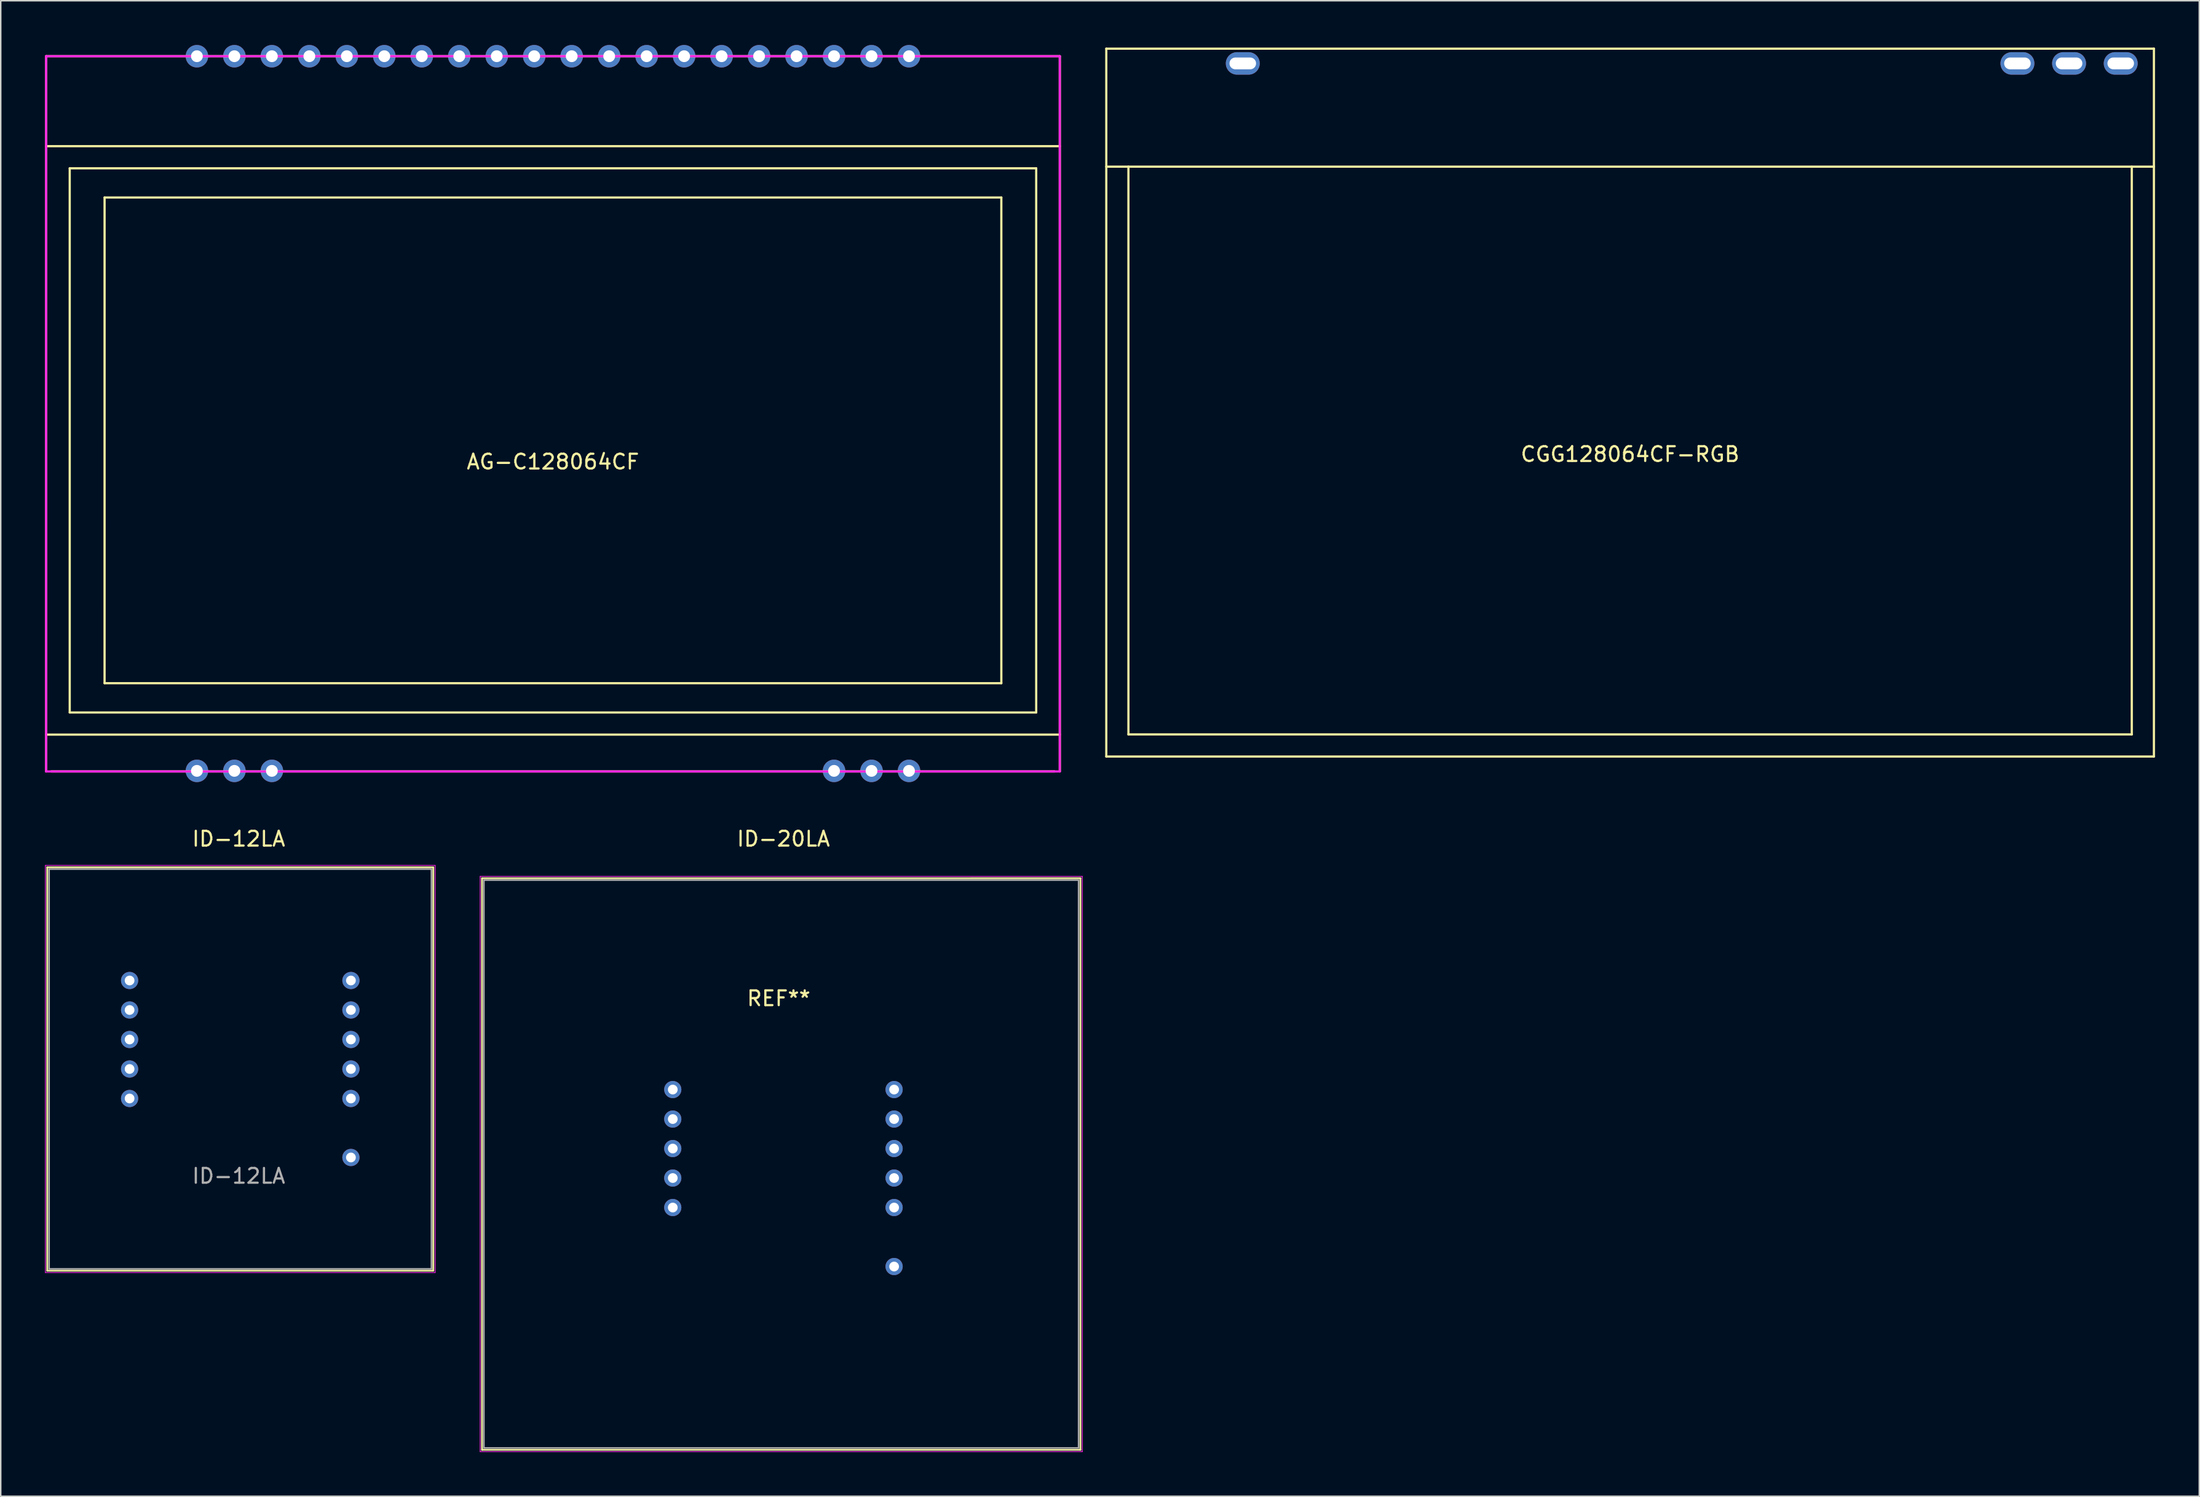
<source format=kicad_pcb>
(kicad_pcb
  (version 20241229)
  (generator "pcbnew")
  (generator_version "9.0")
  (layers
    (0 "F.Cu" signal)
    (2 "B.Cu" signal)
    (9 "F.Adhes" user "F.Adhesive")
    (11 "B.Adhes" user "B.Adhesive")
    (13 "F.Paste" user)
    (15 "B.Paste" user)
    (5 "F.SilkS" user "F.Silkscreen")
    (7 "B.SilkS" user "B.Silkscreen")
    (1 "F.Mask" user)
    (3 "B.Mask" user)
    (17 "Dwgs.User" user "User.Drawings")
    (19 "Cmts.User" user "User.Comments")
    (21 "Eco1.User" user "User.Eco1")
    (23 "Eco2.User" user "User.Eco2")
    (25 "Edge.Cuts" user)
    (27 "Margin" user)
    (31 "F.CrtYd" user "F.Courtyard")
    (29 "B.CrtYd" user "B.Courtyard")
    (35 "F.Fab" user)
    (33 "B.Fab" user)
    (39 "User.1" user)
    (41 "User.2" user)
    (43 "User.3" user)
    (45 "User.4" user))
  (footprint "CGG128064CF-RGB"
    (layer "F.Cu")
    (at 107.425 0.25)
    (property "Reference" "CGG128064CF-RGB" (at 0 27.5 0) (layer "F.SilkS") (effects (font (size 1 1) (thickness 0.15))))
    (attr through_hole)
    (fp_line (start -35.5 0) (end -35.5 48) (stroke (width 0.15) (type solid)) (layer "F.SilkS"))
    (fp_line (start -35.5 48) (end 35.5 48) (stroke (width 0.15) (type solid)) (layer "F.SilkS"))
    (fp_line (start -34 8) (end -34 46.5) (stroke (width 0.15) (type solid)) (layer "F.SilkS"))
    (fp_line (start 34 8) (end 34 46.5) (stroke (width 0.15) (type solid)) (layer "F.SilkS"))
    (fp_line (start 34 46.5) (end -34 46.5) (stroke (width 0.15) (type solid)) (layer "F.SilkS"))
    (fp_line (start 35.5 0) (end -35.5 0) (stroke (width 0.15) (type solid)) (layer "F.SilkS"))
    (fp_line (start 35.5 8) (end -35.5 8) (stroke (width 0.15) (type solid)) (layer "F.SilkS"))
    (fp_line (start 35.5 48) (end 35.5 0) (stroke (width 0.15) (type solid)) (layer "F.SilkS"))
    (pad "1" thru_hole oval (at -26.25 1) (size 2.3 1.524) (drill oval 1.8 0.8) (layers "*.Cu" "*.Mask"))
    (pad "2" thru_hole oval (at 26.25 1) (size 2.3 1.524) (drill oval 1.8 0.8) (layers "*.Cu" "*.Mask"))
    (pad "3" thru_hole oval (at 29.75 1) (size 2.3 1.524) (drill oval 1.8 0.8) (layers "*.Cu" "*.Mask"))
    (pad "4" thru_hole oval (at 33.25 1) (size 2.3 1.524) (drill oval 1.8 0.8) (layers "*.Cu" "*.Mask")))
  (footprint "AG-C128064CF"
    (layer "F.Cu")
    (at 34.425 0.762)
    (property "Reference" "AG-C128064CF" (at 0 27.5 0) (layer "F.SilkS") (effects (font (size 1 1) (thickness 0.15))))
    (attr through_hole)
    (fp_line (start -34.35 0) (end -34.35 48.5) (stroke (width 0.15) (type solid)) (layer "F.SilkS"))
    (fp_line (start -34 48.5) (end 34 48.5) (stroke (width 0.15) (type solid)) (layer "F.SilkS"))
    (fp_line (start -32.75 7.6) (end -32.75 44.5) (stroke (width 0.15) (type solid)) (layer "F.SilkS"))
    (fp_line (start -30.388 42.515) (end -30.387 9.58) (stroke (width 0.15) (type solid)) (layer "F.SilkS"))
    (fp_line (start -30.387 9.58) (end 30.387 9.58) (stroke (width 0.15) (type solid)) (layer "F.SilkS"))
    (fp_line (start 30.387 9.58) (end 30.387 42.515) (stroke (width 0.15) (type solid)) (layer "F.SilkS"))
    (fp_line (start 30.387 42.515) (end -30.387 42.515) (stroke (width 0.15) (type solid)) (layer "F.SilkS"))
    (fp_line (start 32.75 7.6) (end -32.75 7.6) (stroke (width 0.15) (type solid)) (layer "F.SilkS"))
    (fp_line (start 32.75 7.6) (end 32.75 44.5) (stroke (width 0.15) (type solid)) (layer "F.SilkS"))
    (fp_line (start 32.75 44.5) (end -32.75 44.5) (stroke (width 0.15) (type solid)) (layer "F.SilkS"))
    (fp_line (start 34.35 0) (end -34.35 0) (stroke (width 0.15) (type solid)) (layer "F.SilkS"))
    (fp_line (start 34.35 6.1) (end -34.35 6.1) (stroke (width 0.15) (type solid)) (layer "F.SilkS"))
    (fp_line (start 34.35 46) (end -34.35 46) (stroke (width 0.15) (type solid)) (layer "F.SilkS"))
    (fp_line (start 34.35 48.5) (end 34.35 0) (stroke (width 0.15) (type solid)) (layer "F.SilkS"))
    (fp_line (start -34.35 0) (end -34.35 48.5) (stroke (width 0.15) (type solid)) (layer "F.CrtYd"))
    (fp_line (start -34.35 48.5) (end 34.35 48.5) (stroke (width 0.15) (type solid)) (layer "F.CrtYd"))
    (fp_line (start 34.35 0) (end -34.35 0) (stroke (width 0.15) (type solid)) (layer "F.CrtYd"))
    (fp_line (start 34.35 48.5) (end 34.35 0) (stroke (width 0.15) (type solid)) (layer "F.CrtYd"))
    (pad "1" thru_hole circle (at 24.13 0) (size 1.524 1.524) (drill 0.8) (layers "*.Cu" "*.Mask"))
    (pad "2" thru_hole circle (at 21.59 0) (size 1.524 1.524) (drill 0.8) (layers "*.Cu" "*.Mask"))
    (pad "3" thru_hole circle (at 19.05 0) (size 1.524 1.524) (drill 0.8) (layers "*.Cu" "*.Mask"))
    (pad "4" thru_hole circle (at 16.51 0) (size 1.524 1.524) (drill 0.8) (layers "*.Cu" "*.Mask"))
    (pad "5" thru_hole circle (at 13.97 0) (size 1.524 1.524) (drill 0.8) (layers "*.Cu" "*.Mask"))
    (pad "6" thru_hole circle (at 11.43 0) (size 1.524 1.524) (drill 0.8) (layers "*.Cu" "*.Mask"))
    (pad "7" thru_hole circle (at 8.89 0) (size 1.524 1.524) (drill 0.8) (layers "*.Cu" "*.Mask"))
    (pad "8" thru_hole circle (at 6.35 0) (size 1.524 1.524) (drill 0.8) (layers "*.Cu" "*.Mask"))
    (pad "9" thru_hole circle (at 3.81 0) (size 1.524 1.524) (drill 0.8) (layers "*.Cu" "*.Mask"))
    (pad "10" thru_hole circle (at 1.27 0) (size 1.524 1.524) (drill 0.8) (layers "*.Cu" "*.Mask"))
    (pad "11" thru_hole circle (at -1.27 0) (size 1.524 1.524) (drill 0.8) (layers "*.Cu" "*.Mask"))
    (pad "12" thru_hole circle (at -3.81 0) (size 1.524 1.524) (drill 0.8) (layers "*.Cu" "*.Mask"))
    (pad "13" thru_hole circle (at -6.35 0) (size 1.524 1.524) (drill 0.8) (layers "*.Cu" "*.Mask"))
    (pad "14" thru_hole circle (at -8.89 0) (size 1.524 1.524) (drill 0.8) (layers "*.Cu" "*.Mask"))
    (pad "15" thru_hole circle (at -11.43 0) (size 1.524 1.524) (drill 0.8) (layers "*.Cu" "*.Mask"))
    (pad "16" thru_hole circle (at -13.97 0) (size 1.524 1.524) (drill 0.8) (layers "*.Cu" "*.Mask"))
    (pad "17" thru_hole circle (at -16.51 0) (size 1.524 1.524) (drill 0.8) (layers "*.Cu" "*.Mask"))
    (pad "18" thru_hole circle (at -19.05 0) (size 1.524 1.524) (drill 0.8) (layers "*.Cu" "*.Mask"))
    (pad "19" thru_hole circle (at -21.59 0) (size 1.524 1.524) (drill 0.8) (layers "*.Cu" "*.Mask"))
    (pad "20" thru_hole circle (at -24.13 0) (size 1.524 1.524) (drill 0.8) (layers "*.Cu" "*.Mask"))
    (pad "21" thru_hole circle (at -24.13 48.46) (size 1.524 1.524) (drill 0.8) (layers "*.Cu" "*.Mask"))
    (pad "22" thru_hole circle (at -21.59 48.46) (size 1.524 1.524) (drill 0.8) (layers "*.Cu" "*.Mask"))
    (pad "23" thru_hole circle (at -19.05 48.46) (size 1.524 1.524) (drill 0.8) (layers "*.Cu" "*.Mask"))
    (pad "24" thru_hole circle (at 19.05 48.46) (size 1.524 1.524) (drill 0.8) (layers "*.Cu" "*.Mask"))
    (pad "25" thru_hole circle (at 21.59 48.46) (size 1.524 1.524) (drill 0.8) (layers "*.Cu" "*.Mask"))
    (pad "26" thru_hole circle (at 24.13 48.46) (size 1.524 1.524) (drill 0.8) (layers "*.Cu" "*.Mask")))
  (footprint "ID-20LA"
    (layer "F.Cu")
    (at 49.725 74.812)
    (property "Reference" "ID-20LA" (at 0.32 -20.98 0) (layer "F.SilkS") (effects (font (size 1 1) (thickness 0.15))))
    (attr through_hole)
    (fp_line (start -20.107 -18.307) (end -20.107 20.447) (stroke (width 0.12) (type solid)) (layer "F.SilkS"))
    (fp_line (start -20.107 20.447) (end 20.447 20.447) (stroke (width 0.12) (type solid)) (layer "F.SilkS"))
    (fp_line (start 20.447 -18.309) (end -20.107 -18.307) (stroke (width 0.12) (type solid)) (layer "F.SilkS"))
    (fp_line (start 20.447 20.447) (end 20.447 -18.309) (stroke (width 0.12) (type solid)) (layer "F.SilkS"))
    (fp_line (start -20.234 -18.434) (end -20.234 20.574) (stroke (width 0.05) (type solid)) (layer "F.CrtYd"))
    (fp_line (start -20.234 20.574) (end 20.574 20.574) (stroke (width 0.05) (type solid)) (layer "F.CrtYd"))
    (fp_line (start 20.574 -18.434) (end -20.234 -18.434) (stroke (width 0.05) (type solid)) (layer "F.CrtYd"))
    (fp_line (start 20.574 20.574) (end 20.574 -18.434) (stroke (width 0.05) (type solid)) (layer "F.CrtYd"))
    (fp_line (start -19.98 -18.18) (end -19.98 20.32) (stroke (width 0.1) (type solid)) (layer "F.Fab"))
    (fp_line (start -19.98 20.32) (end 20.32 20.32) (stroke (width 0.1) (type solid)) (layer "F.Fab"))
    (fp_line (start 20.32 -18.18) (end -19.98 -18.18) (stroke (width 0.1) (type solid)) (layer "F.Fab"))
    (fp_line (start 20.32 20.32) (end 20.32 -18.18) (stroke (width 0.1) (type solid)) (layer "F.Fab"))
    (fp_text user "REF**" (at 0 -10.16 0) (unlocked yes) (layer "F.SilkS") (effects (font (size 1 1) (thickness 0.15))))
    (fp_text user " " (at -7.18 4.02 0) (layer "F.SilkS") (effects (font (size 1 1) (thickness 0.15))))
    (fp_text user " " (at -7.18 4.02 0) (layer "Cmts.User") (effects (font (size 0.127 0.127) (thickness 0.002))))
    (fp_text user " " (at -7.18 4.02 0) (layer "F.Fab") (effects (font (size 1 1) (thickness 0.15))))
    (pad "1" thru_hole circle (at -7.18 4.02) (size 1.168 1.168) (drill 0.66) (layers "*.Cu" "*.Mask"))
    (pad "2" thru_hole circle (at -7.18 2.02) (size 1.168 1.168) (drill 0.66) (layers "*.Cu" "*.Mask"))
    (pad "3" thru_hole circle (at -7.18 0.02) (size 1.168 1.168) (drill 0.66) (layers "*.Cu" "*.Mask"))
    (pad "4" thru_hole circle (at -7.18 -1.98) (size 1.168 1.168) (drill 0.66) (layers "*.Cu" "*.Mask"))
    (pad "5" thru_hole circle (at -7.18 -3.98) (size 1.168 1.168) (drill 0.66) (layers "*.Cu" "*.Mask"))
    (pad "6" thru_hole circle (at 7.82 -3.98) (size 1.168 1.168) (drill 0.66) (layers "*.Cu" "*.Mask"))
    (pad "7" thru_hole circle (at 7.82 -1.98) (size 1.168 1.168) (drill 0.66) (layers "*.Cu" "*.Mask"))
    (pad "8" thru_hole circle (at 7.82 0.02) (size 1.168 1.168) (drill 0.66) (layers "*.Cu" "*.Mask"))
    (pad "9" thru_hole circle (at 7.82 2.02) (size 1.168 1.168) (drill 0.66) (layers "*.Cu" "*.Mask"))
    (pad "10" thru_hole circle (at 7.82 4.02) (size 1.168 1.168) (drill 0.66) (layers "*.Cu" "*.Mask"))
    (pad "11" thru_hole circle (at 7.82 8.02) (size 1.168 1.168) (drill 0.66) (layers "*.Cu" "*.Mask")))
  (footprint "ID-12LA"
    (layer "F.Cu")
    (at 13.125 66.532)
    (property "Reference" "ID-12LA" (at 0 -12.7 0) (unlocked yes) (layer "F.SilkS") (effects (font (size 1 1) (thickness 0.15))))
    (attr through_hole)
    (fp_line (start -12.973 -10.773) (end -12.973 16.583) (stroke (width 0.12) (type solid)) (layer "F.SilkS"))
    (fp_line (start -12.973 16.583) (end 13.189 16.583) (stroke (width 0.12) (type solid)) (layer "F.SilkS"))
    (fp_line (start 13.189 -10.773) (end -12.973 -10.773) (stroke (width 0.12) (type solid)) (layer "F.SilkS"))
    (fp_line (start 13.189 16.583) (end 13.189 -10.773) (stroke (width 0.12) (type solid)) (layer "F.SilkS"))
    (fp_line (start -13.1 -10.9) (end -13.1 16.71) (stroke (width 0.05) (type solid)) (layer "F.CrtYd"))
    (fp_line (start -13.1 16.71) (end 13.316 16.71) (stroke (width 0.05) (type solid)) (layer "F.CrtYd"))
    (fp_line (start 13.316 -10.9) (end -13.1 -10.9) (stroke (width 0.05) (type solid)) (layer "F.CrtYd"))
    (fp_line (start 13.316 16.71) (end 13.316 -10.9) (stroke (width 0.05) (type solid)) (layer "F.CrtYd"))
    (fp_line (start -12.846 -10.646) (end -12.846 16.456) (stroke (width 0.1) (type solid)) (layer "F.Fab"))
    (fp_line (start -12.846 16.456) (end 13.062 16.456) (stroke (width 0.1) (type solid)) (layer "F.Fab"))
    (fp_line (start 13.062 -10.646) (end -12.846 -10.646) (stroke (width 0.1) (type solid)) (layer "F.Fab"))
    (fp_line (start 13.062 16.456) (end 13.062 -10.646) (stroke (width 0.1) (type solid)) (layer "F.Fab"))
    (fp_text user "${REFERENCE}" (at 0 10.16 0) (unlocked yes) (layer "F.Fab") (effects (font (size 1 1) (thickness 0.15))))
    (pad "1" thru_hole circle (at -7.392 4.905) (size 1.168 1.168) (drill 0.66) (layers "*.Cu" "*.Mask"))
    (pad "2" thru_hole circle (at -7.392 2.905) (size 1.168 1.168) (drill 0.66) (layers "*.Cu" "*.Mask"))
    (pad "3" thru_hole circle (at -7.392 0.905) (size 1.168 1.168) (drill 0.66) (layers "*.Cu" "*.Mask"))
    (pad "4" thru_hole circle (at -7.392 -1.095) (size 1.168 1.168) (drill 0.66) (layers "*.Cu" "*.Mask"))
    (pad "5" thru_hole circle (at -7.392 -3.095) (size 1.168 1.168) (drill 0.66) (layers "*.Cu" "*.Mask"))
    (pad "6" thru_hole circle (at 7.608 -3.095) (size 1.168 1.168) (drill 0.66) (layers "*.Cu" "*.Mask"))
    (pad "7" thru_hole circle (at 7.608 -1.095) (size 1.168 1.168) (drill 0.66) (layers "*.Cu" "*.Mask"))
    (pad "8" thru_hole circle (at 7.608 0.905) (size 1.168 1.168) (drill 0.66) (layers "*.Cu" "*.Mask"))
    (pad "9" thru_hole circle (at 7.608 2.905) (size 1.168 1.168) (drill 0.66) (layers "*.Cu" "*.Mask"))
    (pad "10" thru_hole circle (at 7.608 4.905) (size 1.168 1.168) (drill 0.66) (layers "*.Cu" "*.Mask"))
    (pad "11" thru_hole circle (at 7.608 8.905) (size 1.168 1.168) (drill 0.66) (layers "*.Cu" "*.Mask")))
  (gr_rect
    (start -3 -3)
    (end 146 98.411)
    (stroke (width 0.1) (type default))
    (fill no)
    (layer "Edge.Cuts")))
</source>
